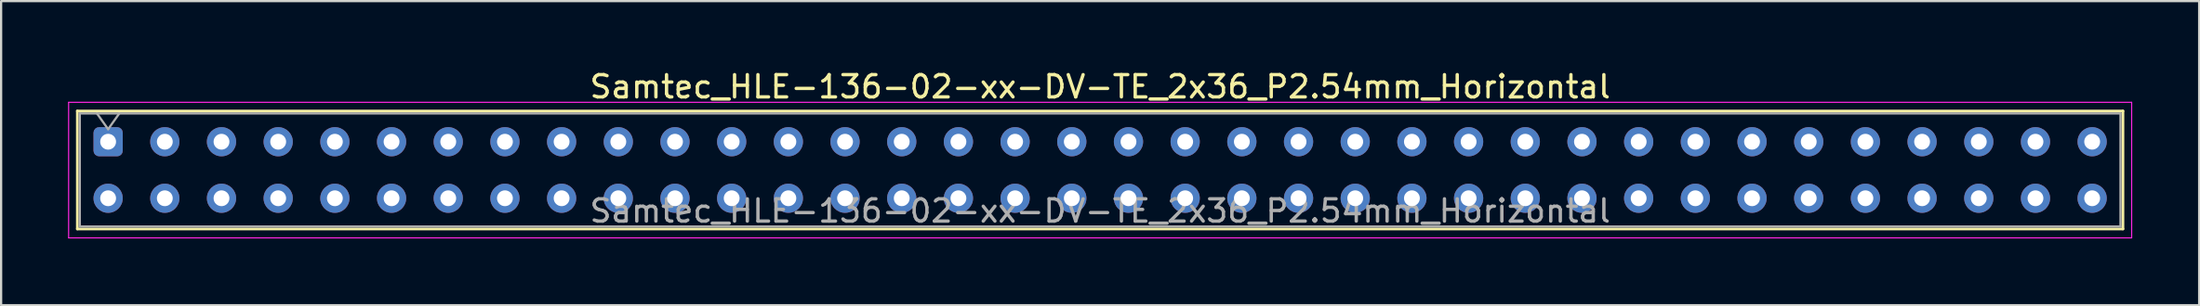
<source format=kicad_pcb>
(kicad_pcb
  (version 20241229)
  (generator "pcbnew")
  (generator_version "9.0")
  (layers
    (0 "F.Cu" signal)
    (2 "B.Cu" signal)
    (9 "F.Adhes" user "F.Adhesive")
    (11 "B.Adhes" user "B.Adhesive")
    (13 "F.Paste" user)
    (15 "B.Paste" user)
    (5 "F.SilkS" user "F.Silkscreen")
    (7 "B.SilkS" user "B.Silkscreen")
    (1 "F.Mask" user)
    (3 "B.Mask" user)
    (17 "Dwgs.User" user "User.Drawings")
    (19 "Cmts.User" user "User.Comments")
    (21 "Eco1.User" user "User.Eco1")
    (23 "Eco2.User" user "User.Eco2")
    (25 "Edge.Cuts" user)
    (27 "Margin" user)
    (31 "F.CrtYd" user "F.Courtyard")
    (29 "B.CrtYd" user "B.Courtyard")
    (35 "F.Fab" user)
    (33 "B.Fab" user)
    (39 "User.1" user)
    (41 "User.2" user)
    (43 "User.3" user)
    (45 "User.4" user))
  (footprint "Samtec_HLE-136-02-xx-DV-TE_2x36_P2.54mm_Horizontal"
    (layer "F.Cu")
    (at 1.795 3.318)
    (property "Reference" "Samtec_HLE-136-02-xx-DV-TE_2x36_P2.54mm_Horizontal" (at 44.45 -2.47 0) (layer "F.SilkS") (effects (font (size 1 1) (thickness 0.15))))
    (attr through_hole)
    (fp_line (start -1.38 -1.38) (end 90.28 -1.38) (stroke (width 0.12) (type solid)) (layer "F.SilkS"))
    (fp_line (start -1.38 3.92) (end -1.38 -1.38) (stroke (width 0.12) (type solid)) (layer "F.SilkS"))
    (fp_line (start 90.28 -1.38) (end 90.28 3.92) (stroke (width 0.12) (type solid)) (layer "F.SilkS"))
    (fp_line (start 90.28 3.92) (end -1.38 3.92) (stroke (width 0.12) (type solid)) (layer "F.SilkS"))
    (fp_line (start -1.77 -1.77) (end 90.67 -1.77) (stroke (width 0.05) (type solid)) (layer "F.CrtYd"))
    (fp_line (start -1.77 4.32) (end -1.77 -1.77) (stroke (width 0.05) (type solid)) (layer "F.CrtYd"))
    (fp_line (start 90.67 -1.77) (end 90.67 4.32) (stroke (width 0.05) (type solid)) (layer "F.CrtYd"))
    (fp_line (start 90.67 4.32) (end -1.77 4.32) (stroke (width 0.05) (type solid)) (layer "F.CrtYd"))
    (fp_line (start -1.27 -1.27) (end 90.17 -1.27) (stroke (width 0.1) (type solid)) (layer "F.Fab"))
    (fp_line (start -1.27 3.81) (end -1.27 -1.27) (stroke (width 0.1) (type solid)) (layer "F.Fab"))
    (fp_line (start -0.5 -1.27) (end 0 -0.563) (stroke (width 0.1) (type solid)) (layer "F.Fab"))
    (fp_line (start 0 -0.563) (end 0.5 -1.27) (stroke (width 0.1) (type solid)) (layer "F.Fab"))
    (fp_line (start 90.17 -1.27) (end 90.17 3.81) (stroke (width 0.1) (type solid)) (layer "F.Fab"))
    (fp_line (start 90.17 3.81) (end -1.27 3.81) (stroke (width 0.1) (type solid)) (layer "F.Fab"))
    (fp_text user "${REFERENCE}" (at 44.45 3.11 0) (layer "F.Fab") (effects (font (size 1 1) (thickness 0.15))))
    (pad "1" thru_hole roundrect (at 0 0) (size 1.31 1.31) (drill 0.71) (layers "*.Cu" "*.Mask") (roundrect_rratio 0.191))
    (pad "2" thru_hole circle (at 0 2.54) (size 1.31 1.31) (drill 0.71) (layers "*.Cu" "*.Mask"))
    (pad "3" thru_hole circle (at 2.54 0) (size 1.31 1.31) (drill 0.71) (layers "*.Cu" "*.Mask"))
    (pad "4" thru_hole circle (at 2.54 2.54) (size 1.31 1.31) (drill 0.71) (layers "*.Cu" "*.Mask"))
    (pad "5" thru_hole circle (at 5.08 0) (size 1.31 1.31) (drill 0.71) (layers "*.Cu" "*.Mask"))
    (pad "6" thru_hole circle (at 5.08 2.54) (size 1.31 1.31) (drill 0.71) (layers "*.Cu" "*.Mask"))
    (pad "7" thru_hole circle (at 7.62 0) (size 1.31 1.31) (drill 0.71) (layers "*.Cu" "*.Mask"))
    (pad "8" thru_hole circle (at 7.62 2.54) (size 1.31 1.31) (drill 0.71) (layers "*.Cu" "*.Mask"))
    (pad "9" thru_hole circle (at 10.16 0) (size 1.31 1.31) (drill 0.71) (layers "*.Cu" "*.Mask"))
    (pad "10" thru_hole circle (at 10.16 2.54) (size 1.31 1.31) (drill 0.71) (layers "*.Cu" "*.Mask"))
    (pad "11" thru_hole circle (at 12.7 0) (size 1.31 1.31) (drill 0.71) (layers "*.Cu" "*.Mask"))
    (pad "12" thru_hole circle (at 12.7 2.54) (size 1.31 1.31) (drill 0.71) (layers "*.Cu" "*.Mask"))
    (pad "13" thru_hole circle (at 15.24 0) (size 1.31 1.31) (drill 0.71) (layers "*.Cu" "*.Mask"))
    (pad "14" thru_hole circle (at 15.24 2.54) (size 1.31 1.31) (drill 0.71) (layers "*.Cu" "*.Mask"))
    (pad "15" thru_hole circle (at 17.78 0) (size 1.31 1.31) (drill 0.71) (layers "*.Cu" "*.Mask"))
    (pad "16" thru_hole circle (at 17.78 2.54) (size 1.31 1.31) (drill 0.71) (layers "*.Cu" "*.Mask"))
    (pad "17" thru_hole circle (at 20.32 0) (size 1.31 1.31) (drill 0.71) (layers "*.Cu" "*.Mask"))
    (pad "18" thru_hole circle (at 20.32 2.54) (size 1.31 1.31) (drill 0.71) (layers "*.Cu" "*.Mask"))
    (pad "19" thru_hole circle (at 22.86 0) (size 1.31 1.31) (drill 0.71) (layers "*.Cu" "*.Mask"))
    (pad "20" thru_hole circle (at 22.86 2.54) (size 1.31 1.31) (drill 0.71) (layers "*.Cu" "*.Mask"))
    (pad "21" thru_hole circle (at 25.4 0) (size 1.31 1.31) (drill 0.71) (layers "*.Cu" "*.Mask"))
    (pad "22" thru_hole circle (at 25.4 2.54) (size 1.31 1.31) (drill 0.71) (layers "*.Cu" "*.Mask"))
    (pad "23" thru_hole circle (at 27.94 0) (size 1.31 1.31) (drill 0.71) (layers "*.Cu" "*.Mask"))
    (pad "24" thru_hole circle (at 27.94 2.54) (size 1.31 1.31) (drill 0.71) (layers "*.Cu" "*.Mask"))
    (pad "25" thru_hole circle (at 30.48 0) (size 1.31 1.31) (drill 0.71) (layers "*.Cu" "*.Mask"))
    (pad "26" thru_hole circle (at 30.48 2.54) (size 1.31 1.31) (drill 0.71) (layers "*.Cu" "*.Mask"))
    (pad "27" thru_hole circle (at 33.02 0) (size 1.31 1.31) (drill 0.71) (layers "*.Cu" "*.Mask"))
    (pad "28" thru_hole circle (at 33.02 2.54) (size 1.31 1.31) (drill 0.71) (layers "*.Cu" "*.Mask"))
    (pad "29" thru_hole circle (at 35.56 0) (size 1.31 1.31) (drill 0.71) (layers "*.Cu" "*.Mask"))
    (pad "30" thru_hole circle (at 35.56 2.54) (size 1.31 1.31) (drill 0.71) (layers "*.Cu" "*.Mask"))
    (pad "31" thru_hole circle (at 38.1 0) (size 1.31 1.31) (drill 0.71) (layers "*.Cu" "*.Mask"))
    (pad "32" thru_hole circle (at 38.1 2.54) (size 1.31 1.31) (drill 0.71) (layers "*.Cu" "*.Mask"))
    (pad "33" thru_hole circle (at 40.64 0) (size 1.31 1.31) (drill 0.71) (layers "*.Cu" "*.Mask"))
    (pad "34" thru_hole circle (at 40.64 2.54) (size 1.31 1.31) (drill 0.71) (layers "*.Cu" "*.Mask"))
    (pad "35" thru_hole circle (at 43.18 0) (size 1.31 1.31) (drill 0.71) (layers "*.Cu" "*.Mask"))
    (pad "36" thru_hole circle (at 43.18 2.54) (size 1.31 1.31) (drill 0.71) (layers "*.Cu" "*.Mask"))
    (pad "37" thru_hole circle (at 45.72 0) (size 1.31 1.31) (drill 0.71) (layers "*.Cu" "*.Mask"))
    (pad "38" thru_hole circle (at 45.72 2.54) (size 1.31 1.31) (drill 0.71) (layers "*.Cu" "*.Mask"))
    (pad "39" thru_hole circle (at 48.26 0) (size 1.31 1.31) (drill 0.71) (layers "*.Cu" "*.Mask"))
    (pad "40" thru_hole circle (at 48.26 2.54) (size 1.31 1.31) (drill 0.71) (layers "*.Cu" "*.Mask"))
    (pad "41" thru_hole circle (at 50.8 0) (size 1.31 1.31) (drill 0.71) (layers "*.Cu" "*.Mask"))
    (pad "42" thru_hole circle (at 50.8 2.54) (size 1.31 1.31) (drill 0.71) (layers "*.Cu" "*.Mask"))
    (pad "43" thru_hole circle (at 53.34 0) (size 1.31 1.31) (drill 0.71) (layers "*.Cu" "*.Mask"))
    (pad "44" thru_hole circle (at 53.34 2.54) (size 1.31 1.31) (drill 0.71) (layers "*.Cu" "*.Mask"))
    (pad "45" thru_hole circle (at 55.88 0) (size 1.31 1.31) (drill 0.71) (layers "*.Cu" "*.Mask"))
    (pad "46" thru_hole circle (at 55.88 2.54) (size 1.31 1.31) (drill 0.71) (layers "*.Cu" "*.Mask"))
    (pad "47" thru_hole circle (at 58.42 0) (size 1.31 1.31) (drill 0.71) (layers "*.Cu" "*.Mask"))
    (pad "48" thru_hole circle (at 58.42 2.54) (size 1.31 1.31) (drill 0.71) (layers "*.Cu" "*.Mask"))
    (pad "49" thru_hole circle (at 60.96 0) (size 1.31 1.31) (drill 0.71) (layers "*.Cu" "*.Mask"))
    (pad "50" thru_hole circle (at 60.96 2.54) (size 1.31 1.31) (drill 0.71) (layers "*.Cu" "*.Mask"))
    (pad "51" thru_hole circle (at 63.5 0) (size 1.31 1.31) (drill 0.71) (layers "*.Cu" "*.Mask"))
    (pad "52" thru_hole circle (at 63.5 2.54) (size 1.31 1.31) (drill 0.71) (layers "*.Cu" "*.Mask"))
    (pad "53" thru_hole circle (at 66.04 0) (size 1.31 1.31) (drill 0.71) (layers "*.Cu" "*.Mask"))
    (pad "54" thru_hole circle (at 66.04 2.54) (size 1.31 1.31) (drill 0.71) (layers "*.Cu" "*.Mask"))
    (pad "55" thru_hole circle (at 68.58 0) (size 1.31 1.31) (drill 0.71) (layers "*.Cu" "*.Mask"))
    (pad "56" thru_hole circle (at 68.58 2.54) (size 1.31 1.31) (drill 0.71) (layers "*.Cu" "*.Mask"))
    (pad "57" thru_hole circle (at 71.12 0) (size 1.31 1.31) (drill 0.71) (layers "*.Cu" "*.Mask"))
    (pad "58" thru_hole circle (at 71.12 2.54) (size 1.31 1.31) (drill 0.71) (layers "*.Cu" "*.Mask"))
    (pad "59" thru_hole circle (at 73.66 0) (size 1.31 1.31) (drill 0.71) (layers "*.Cu" "*.Mask"))
    (pad "60" thru_hole circle (at 73.66 2.54) (size 1.31 1.31) (drill 0.71) (layers "*.Cu" "*.Mask"))
    (pad "61" thru_hole circle (at 76.2 0) (size 1.31 1.31) (drill 0.71) (layers "*.Cu" "*.Mask"))
    (pad "62" thru_hole circle (at 76.2 2.54) (size 1.31 1.31) (drill 0.71) (layers "*.Cu" "*.Mask"))
    (pad "63" thru_hole circle (at 78.74 0) (size 1.31 1.31) (drill 0.71) (layers "*.Cu" "*.Mask"))
    (pad "64" thru_hole circle (at 78.74 2.54) (size 1.31 1.31) (drill 0.71) (layers "*.Cu" "*.Mask"))
    (pad "65" thru_hole circle (at 81.28 0) (size 1.31 1.31) (drill 0.71) (layers "*.Cu" "*.Mask"))
    (pad "66" thru_hole circle (at 81.28 2.54) (size 1.31 1.31) (drill 0.71) (layers "*.Cu" "*.Mask"))
    (pad "67" thru_hole circle (at 83.82 0) (size 1.31 1.31) (drill 0.71) (layers "*.Cu" "*.Mask"))
    (pad "68" thru_hole circle (at 83.82 2.54) (size 1.31 1.31) (drill 0.71) (layers "*.Cu" "*.Mask"))
    (pad "69" thru_hole circle (at 86.36 0) (size 1.31 1.31) (drill 0.71) (layers "*.Cu" "*.Mask"))
    (pad "70" thru_hole circle (at 86.36 2.54) (size 1.31 1.31) (drill 0.71) (layers "*.Cu" "*.Mask"))
    (pad "71" thru_hole circle (at 88.9 0) (size 1.31 1.31) (drill 0.71) (layers "*.Cu" "*.Mask"))
    (pad "72" thru_hole circle (at 88.9 2.54) (size 1.31 1.31) (drill 0.71) (layers "*.Cu" "*.Mask")))
  (gr_rect
    (start -3 -3)
    (end 95.49 10.663)
    (stroke (width 0.1) (type default))
    (fill no)
    (layer "Edge.Cuts")))
</source>
